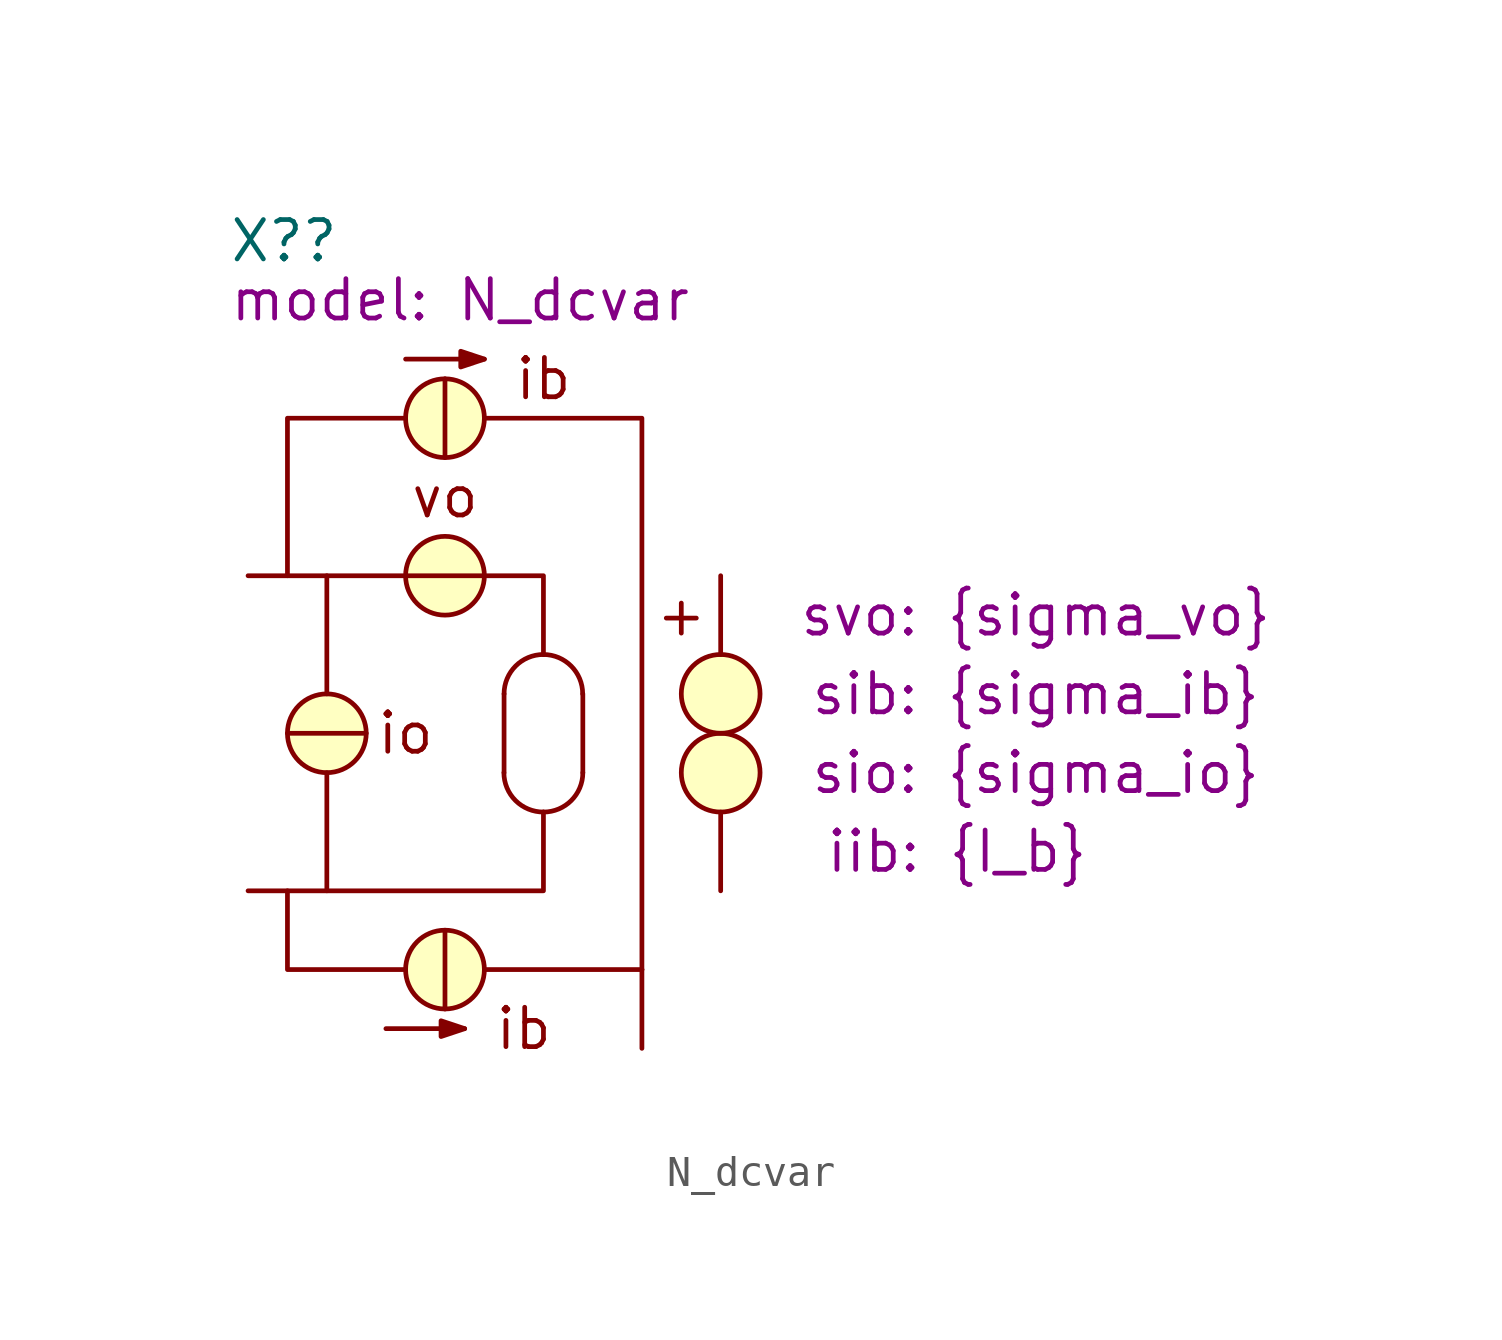
<source format=kicad_sym>
(kicad_symbol_lib
  (version 20231120)
  (generator "kicad_symbol_editor")
  (generator_version "8.0")
  (symbol "N_dcvar"
    (pin_numbers hide)
    (pin_names
      (offset 0) hide)
    (property "Reference" "X?"
      (at -15.875 15.875 0)
      (effects (font (size 1.27 1.27)) (justify left)))
    (property "Value" ""
      (at -15.875 13.97 0)
      (effects (font (size 1.27 1.27)) (justify left)))
    (property "svo" "{sigma_vo}"
      (at 10.16 3.81 0)
      (show_name)
      (effects (font (size 1.27 1.27))))
    (property "sib" "{sigma_ib}"
      (at 10.16 1.27 0)
      (show_name)
      (effects (font (size 1.27 1.27))))
    (property "sio" "{sigma_io}"
      (at 10.16 -1.27 0)
      (show_name)
      (effects (font (size 1.27 1.27))))
    (property "iib" "{I_b}"
      (at 7.62 -3.81 0)
      (show_name)
      (effects (font (size 1.27 1.27))))
    (property "model" "N_dcvar"
      (at -15.875 13.97 0)
      (show_name)
      (effects (font (size 1.27 1.27)) (justify left)))
    (symbol "N_dcvar_0_0"
      (polyline (pts (xy -8.89 -6.35) (xy -8.89 -8.89)) (stroke (width 0) (type default)) (fill (type none)))
      (polyline (pts (xy -8.89 11.43) (xy -8.89 8.89)) (stroke (width 0) (type default)) (fill (type none))))
    (symbol "N_dcvar_0_1"
      (arc (start -6.985 -1.27) (mid -6.613 -2.168) (end -5.715 -2.54) (stroke (width 0) (type default)) (fill (type none)))
      (arc (start -5.715 -2.54) (mid -4.817 -2.168) (end -4.445 -1.27) (stroke (width 0) (type default)) (fill (type none)))
      (arc (start -5.7149 2.5401) (mid -6.6129 2.1681) (end -6.9849 1.2701) (stroke (width 0) (type default)) (fill (type none)))
      (arc (start -4.4449 1.2701) (mid -4.8169 2.1681) (end -5.7149 2.5401) (stroke (width 0) (type default)) (fill (type none)))
      (polyline (pts (xy -13.97 0) (xy -11.43 0)) (stroke (width 0) (type default)) (fill (type none)))
      (polyline (pts (xy -8.255 -9.525) (xy -10.795 -9.525)) (stroke (width 0) (type solid)) (fill (type none)))
      (polyline (pts (xy -7.62 12.065) (xy -10.16 12.065)) (stroke (width 0) (type solid)) (fill (type none)))
      (polyline (pts (xy -6.985 1.27) (xy -6.985 -1.27)) (stroke (width 0) (type default)) (fill (type none)))
      (polyline (pts (xy -4.445 1.27) (xy -4.445 -1.27)) (stroke (width 0) (type default)) (fill (type none)))
      (polyline (pts (xy -2.54 -7.62) (xy -7.62 -7.62)) (stroke (width 0) (type default)) (fill (type none)))
      (polyline (pts (xy -13.97 -5.08) (xy -13.97 -7.62) (xy -10.16 -7.62)) (stroke (width 0) (type default)) (fill (type none)))
      (polyline (pts (xy -13.97 5.08) (xy -13.97 10.16) (xy -10.16 10.16)) (stroke (width 0) (type default)) (fill (type none)))
      (polyline (pts (xy -2.54 -7.62) (xy -2.54 10.16) (xy -7.62 10.16)) (stroke (width 0) (type default)) (fill (type none)))
      (polyline (pts (xy -12.7 -1.27) (xy -12.7 -5.08) (xy -5.715 -5.08) (xy -5.715 -2.54)) (stroke (width 0) (type default)) (fill (type none)))
      (polyline (pts (xy -8.255 -9.525) (xy -9.017 -9.271) (xy -9.017 -9.779) (xy -8.255 -9.525)) (stroke (width 0) (type solid)) (fill (type outline)))
      (polyline (pts (xy -7.62 12.065) (xy -8.382 12.319) (xy -8.382 11.811) (xy -7.62 12.065)) (stroke (width 0) (type solid)) (fill (type outline)))
      (polyline (pts (xy -5.715 2.54) (xy -5.715 5.08) (xy -12.7 5.08) (xy -12.7 1.27)) (stroke (width 0) (type default)) (fill (type none))))
    (symbol "N_dcvar_1_0"
      (pin power_out line (at 0 5.08 270) (length 2.54) (name "outP" (effects (font (size 1.27 1.27)))) (number "3" (effects (font (size 1.27 1.27)))))
      (pin power_out line (at 0 -5.08 90) (length 2.54) (name "outN" (effects (font (size 1.27 1.27)))) (number "4" (effects (font (size 1.27 1.27)))))
      (pin power_out line (at -2.54 -10.16 90) (length 2.54) (name "bias" (effects (font (size 1.27 1.27)))) (number "5" (effects (font (size 1.27 1.27))))))
    (symbol "N_dcvar_1_1"
      (circle (center -12.7 0) (radius 1.27) (stroke (width 0) (type default)) (fill (type background)))
      (circle (center -8.89 -7.62) (radius 1.27) (stroke (width 0) (type default)) (fill (type background)))
      (circle (center -8.89 5.08) (radius 1.27) (stroke (width 0) (type default)) (fill (type background)))
      (circle (center -8.89 10.16) (radius 1.27) (stroke (width 0) (type default)) (fill (type background)))
      (circle (center 0 -1.27) (radius 1.27) (stroke (width 0) (type default)) (fill (type background)))
      (circle (center 0 1.27) (radius 1.27) (stroke (width 0) (type default)) (fill (type background)))
      (text "+" (at -1.27 3.81 0) (effects (font (size 1.27 1.27))))
      (text "ib" (at -6.35 -9.525 0) (effects (font (size 1.27 1.27))))
      (text "ib" (at -5.715 11.43 0) (effects (font (size 1.27 1.27))))
      (text "io" (at -10.16 0 0) (effects (font (size 1.27 1.27))))
      (text "vo" (at -8.89 7.62 0) (effects (font (size 1.27 1.27))))
      (pin input line (at -15.24 5.08 0) (length 2.54) (name "inp" (effects (font (size 1.27 1.27)))) (number "1" (effects (font (size 1.27 1.27)))))
      (pin input line (at -15.24 -5.08 0) (length 2.54) (name "inN" (effects (font (size 1.27 1.27)))) (number "2" (effects (font (size 1.27 1.27))))))))
</source>
